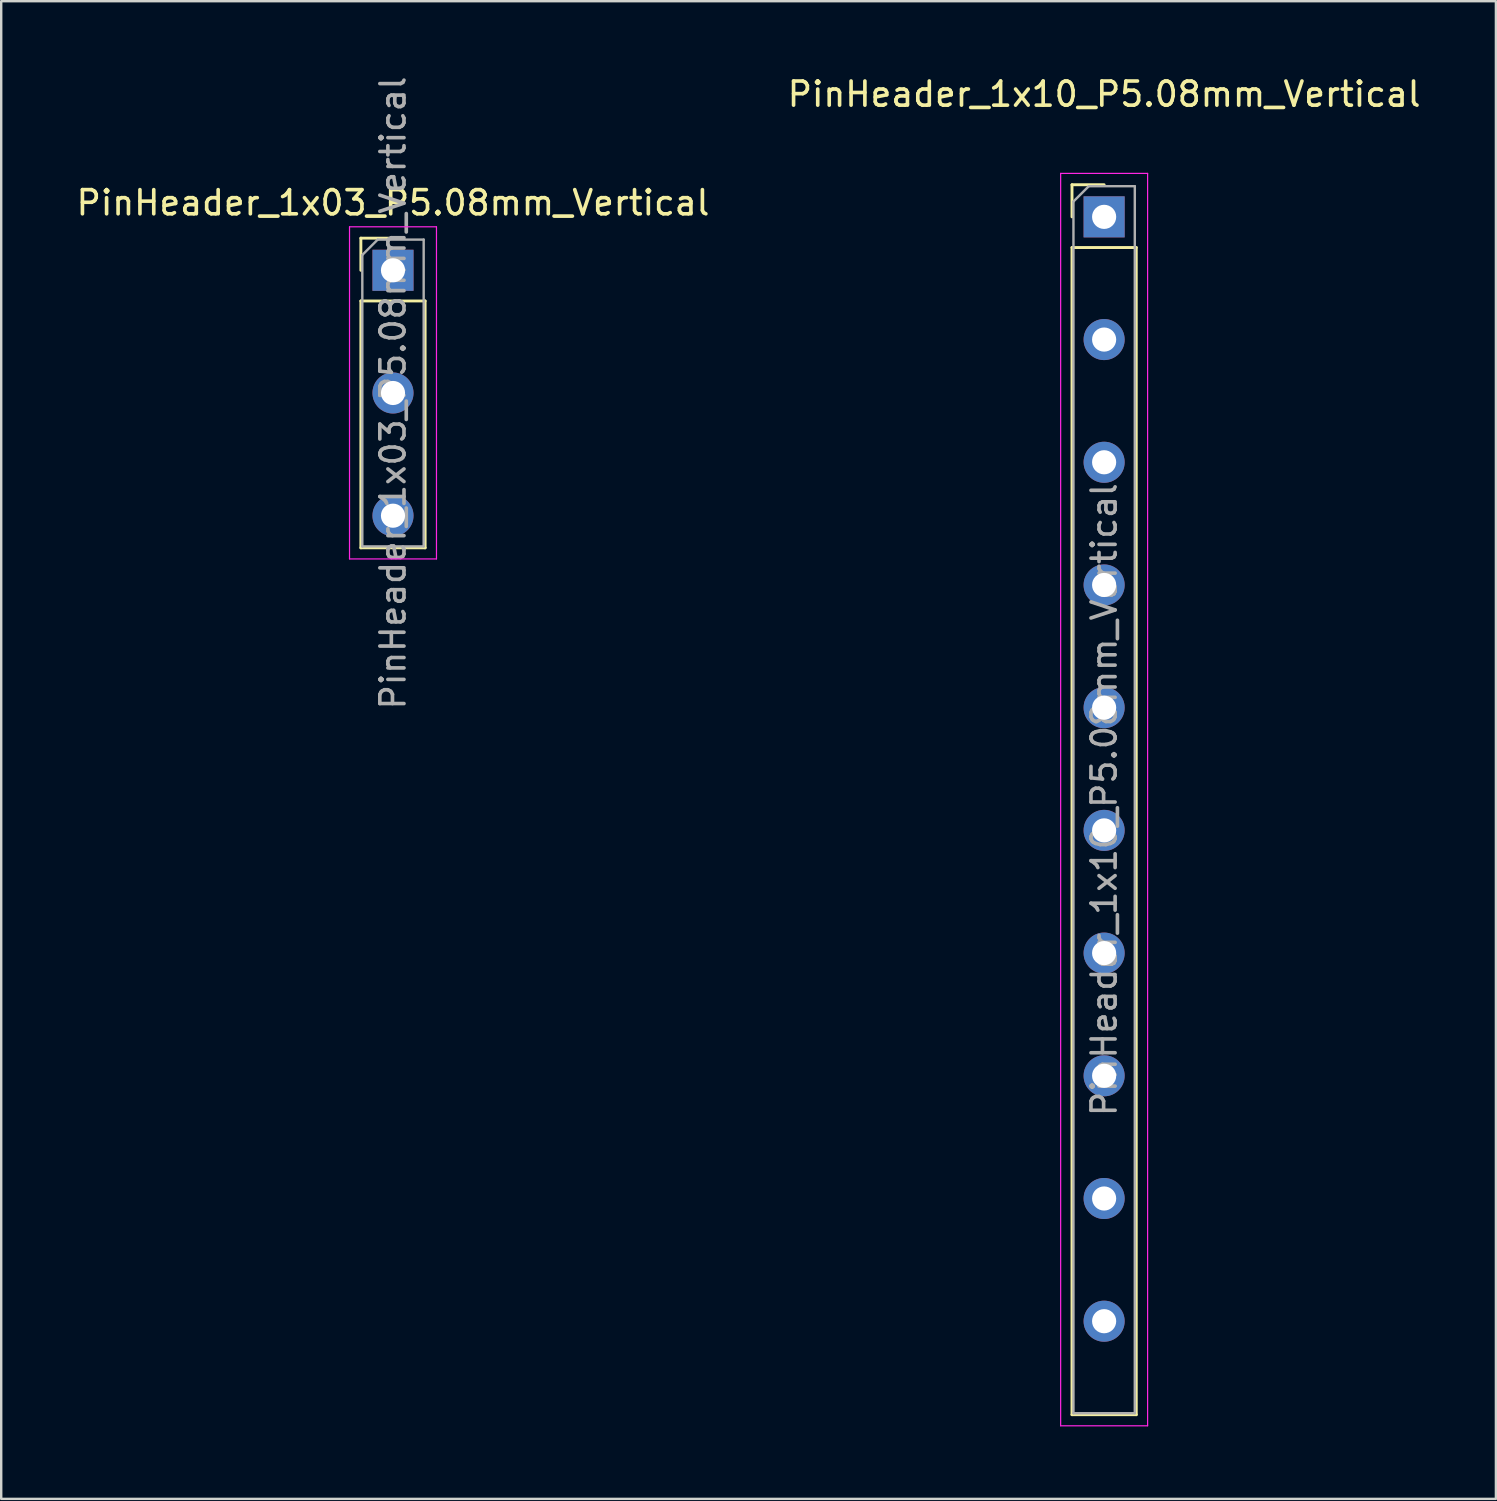
<source format=kicad_pcb>
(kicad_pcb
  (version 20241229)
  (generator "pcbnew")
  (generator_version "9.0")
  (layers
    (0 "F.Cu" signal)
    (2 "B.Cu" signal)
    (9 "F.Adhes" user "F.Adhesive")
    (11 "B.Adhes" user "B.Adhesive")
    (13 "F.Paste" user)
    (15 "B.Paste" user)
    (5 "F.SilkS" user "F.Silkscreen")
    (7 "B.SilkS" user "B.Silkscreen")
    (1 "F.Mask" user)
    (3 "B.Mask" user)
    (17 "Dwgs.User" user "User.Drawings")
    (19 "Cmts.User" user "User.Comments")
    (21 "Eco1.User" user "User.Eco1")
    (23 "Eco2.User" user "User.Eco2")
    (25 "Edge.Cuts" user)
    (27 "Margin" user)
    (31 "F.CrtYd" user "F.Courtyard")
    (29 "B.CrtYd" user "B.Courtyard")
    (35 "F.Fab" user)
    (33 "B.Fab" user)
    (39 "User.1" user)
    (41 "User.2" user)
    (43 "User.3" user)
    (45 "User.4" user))
  (footprint "PinHeader_1x10_P5.08mm_Vertical"
    (layer "F.Cu")
    (at 42.661 5.928)
    (property "Reference" "PinHeader_1x10_P5.08mm_Vertical" (at 0 -5.08 0) (layer "F.SilkS") (effects (font (size 1 1) (thickness 0.15))))
    (attr through_hole)
    (fp_line (start -1.33 -1.33) (end 0 -1.33) (stroke (width 0.12) (type solid)) (layer "F.SilkS"))
    (fp_line (start -1.33 0) (end -1.33 -1.33) (stroke (width 0.12) (type solid)) (layer "F.SilkS"))
    (fp_line (start -1.33 1.27) (end -1.33 49.59) (stroke (width 0.12) (type solid)) (layer "F.SilkS"))
    (fp_line (start -1.33 1.27) (end 1.33 1.27) (stroke (width 0.12) (type solid)) (layer "F.SilkS"))
    (fp_line (start -1.33 49.59) (end 1.33 49.59) (stroke (width 0.12) (type solid)) (layer "F.SilkS"))
    (fp_line (start 1.33 1.27) (end 1.33 49.59) (stroke (width 0.12) (type solid)) (layer "F.SilkS"))
    (fp_line (start -1.8 -1.8) (end -1.8 50.05) (stroke (width 0.05) (type solid)) (layer "F.CrtYd"))
    (fp_line (start -1.8 50.05) (end 1.8 50.05) (stroke (width 0.05) (type solid)) (layer "F.CrtYd"))
    (fp_line (start 1.8 -1.8) (end -1.8 -1.8) (stroke (width 0.05) (type solid)) (layer "F.CrtYd"))
    (fp_line (start 1.8 50.05) (end 1.8 -1.8) (stroke (width 0.05) (type solid)) (layer "F.CrtYd"))
    (fp_line (start -1.27 -0.635) (end -0.635 -1.27) (stroke (width 0.1) (type solid)) (layer "F.Fab"))
    (fp_line (start -1.27 49.53) (end -1.27 -0.635) (stroke (width 0.1) (type solid)) (layer "F.Fab"))
    (fp_line (start -0.635 -1.27) (end 1.27 -1.27) (stroke (width 0.1) (type solid)) (layer "F.Fab"))
    (fp_line (start 1.27 -1.27) (end 1.27 49.53) (stroke (width 0.1) (type solid)) (layer "F.Fab"))
    (fp_line (start 1.27 49.53) (end -1.27 49.53) (stroke (width 0.1) (type solid)) (layer "F.Fab"))
    (fp_text user "${REFERENCE}" (at 0 24.13 90) (layer "F.Fab") (effects (font (size 1 1) (thickness 0.15))))
    (pad "1" thru_hole rect (at 0 0) (size 1.7 1.7) (drill 1) (layers "*.Cu" "*.Mask"))
    (pad "2" thru_hole oval (at 0 5.08) (size 1.7 1.7) (drill 1) (layers "*.Cu" "*.Mask"))
    (pad "3" thru_hole oval (at 0 10.16) (size 1.7 1.7) (drill 1) (layers "*.Cu" "*.Mask"))
    (pad "4" thru_hole oval (at 0 15.24) (size 1.7 1.7) (drill 1) (layers "*.Cu" "*.Mask"))
    (pad "5" thru_hole oval (at 0 20.32) (size 1.7 1.7) (drill 1) (layers "*.Cu" "*.Mask"))
    (pad "6" thru_hole oval (at 0 25.4) (size 1.7 1.7) (drill 1) (layers "*.Cu" "*.Mask"))
    (pad "7" thru_hole oval (at 0 30.48) (size 1.7 1.7) (drill 1) (layers "*.Cu" "*.Mask"))
    (pad "8" thru_hole oval (at 0 35.56) (size 1.7 1.7) (drill 1) (layers "*.Cu" "*.Mask"))
    (pad "9" thru_hole oval (at 0 40.64) (size 1.7 1.7) (drill 1) (layers "*.Cu" "*.Mask"))
    (pad "10" thru_hole oval (at 0 45.72) (size 1.7 1.7) (drill 1) (layers "*.Cu" "*.Mask")))
  (footprint "PinHeader_1x03_P5.08mm_Vertical"
    (layer "F.Cu")
    (at 13.22 8.14)
    (property "Reference" "PinHeader_1x03_P5.08mm_Vertical" (at 0 -2.794 0) (layer "F.SilkS") (effects (font (size 1 1) (thickness 0.15))))
    (attr through_hole)
    (fp_line (start -1.33 -1.33) (end 0 -1.33) (stroke (width 0.12) (type solid)) (layer "F.SilkS"))
    (fp_line (start -1.33 0) (end -1.33 -1.33) (stroke (width 0.12) (type solid)) (layer "F.SilkS"))
    (fp_line (start -1.33 1.27) (end -1.33 11.49) (stroke (width 0.12) (type solid)) (layer "F.SilkS"))
    (fp_line (start -1.33 1.27) (end 1.33 1.27) (stroke (width 0.12) (type solid)) (layer "F.SilkS"))
    (fp_line (start -1.33 11.49) (end 1.33 11.49) (stroke (width 0.12) (type solid)) (layer "F.SilkS"))
    (fp_line (start 1.33 1.27) (end 1.33 11.49) (stroke (width 0.12) (type solid)) (layer "F.SilkS"))
    (fp_line (start -1.8 -1.8) (end -1.8 11.95) (stroke (width 0.05) (type solid)) (layer "F.CrtYd"))
    (fp_line (start -1.8 11.95) (end 1.8 11.95) (stroke (width 0.05) (type solid)) (layer "F.CrtYd"))
    (fp_line (start 1.8 -1.8) (end -1.8 -1.8) (stroke (width 0.05) (type solid)) (layer "F.CrtYd"))
    (fp_line (start 1.8 11.95) (end 1.8 -1.8) (stroke (width 0.05) (type solid)) (layer "F.CrtYd"))
    (fp_line (start -1.27 -0.635) (end -0.635 -1.27) (stroke (width 0.1) (type solid)) (layer "F.Fab"))
    (fp_line (start -1.27 11.43) (end -1.27 -0.635) (stroke (width 0.1) (type solid)) (layer "F.Fab"))
    (fp_line (start -0.635 -1.27) (end 1.27 -1.27) (stroke (width 0.1) (type solid)) (layer "F.Fab"))
    (fp_line (start 1.27 -1.27) (end 1.27 11.43) (stroke (width 0.1) (type solid)) (layer "F.Fab"))
    (fp_line (start 1.27 11.43) (end -1.27 11.43) (stroke (width 0.1) (type solid)) (layer "F.Fab"))
    (fp_text user "${REFERENCE}" (at 0 5.08 90) (layer "F.Fab") (effects (font (size 1 1) (thickness 0.15))))
    (pad "1" thru_hole rect (at 0 0) (size 1.7 1.7) (drill 1) (layers "*.Cu" "*.Mask"))
    (pad "2" thru_hole oval (at 0 5.08) (size 1.7 1.7) (drill 1) (layers "*.Cu" "*.Mask"))
    (pad "3" thru_hole oval (at 0 10.16) (size 1.7 1.7) (drill 1) (layers "*.Cu" "*.Mask")))
  (gr_rect
    (start -3 -3)
    (end 58.881 59.003)
    (stroke (width 0.1) (type default))
    (fill no)
    (layer "Edge.Cuts")))
</source>
